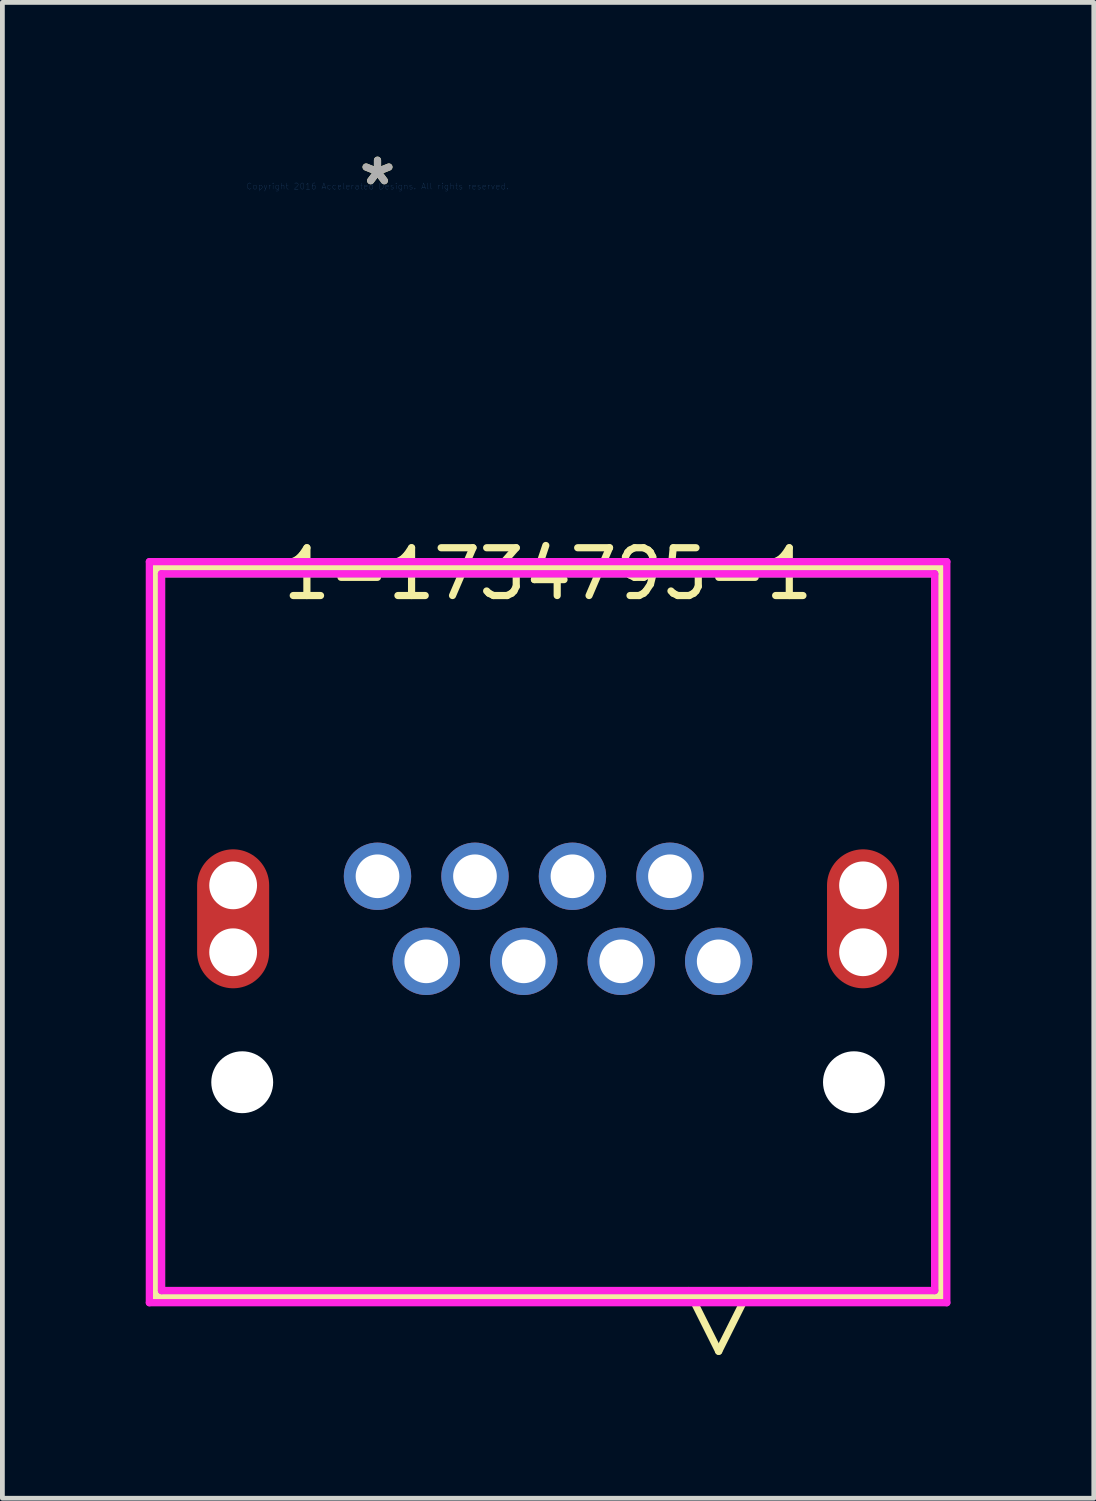
<source format=kicad_pcb>
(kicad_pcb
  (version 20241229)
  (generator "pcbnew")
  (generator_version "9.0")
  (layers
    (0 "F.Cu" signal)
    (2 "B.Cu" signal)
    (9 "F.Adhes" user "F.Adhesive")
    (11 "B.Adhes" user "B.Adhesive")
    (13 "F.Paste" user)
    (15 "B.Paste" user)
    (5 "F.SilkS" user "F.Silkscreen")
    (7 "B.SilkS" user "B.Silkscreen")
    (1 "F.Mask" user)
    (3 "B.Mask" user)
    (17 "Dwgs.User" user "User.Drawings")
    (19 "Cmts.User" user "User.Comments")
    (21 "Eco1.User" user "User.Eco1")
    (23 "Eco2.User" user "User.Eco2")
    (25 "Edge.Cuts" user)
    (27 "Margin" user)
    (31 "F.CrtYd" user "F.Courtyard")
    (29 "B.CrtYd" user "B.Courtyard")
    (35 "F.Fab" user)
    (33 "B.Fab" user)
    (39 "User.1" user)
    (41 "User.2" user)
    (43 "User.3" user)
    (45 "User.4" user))
  (footprint "1-1734795-1"
    (layer "F.Cu")
    (at 4.85 0.848)
    (property "Reference" "1-1734795-1" (at 3.57 8.11 0) (layer "F.SilkS") (effects (font (size 1 1) (thickness 0.15))))
    (attr through_hole)
    (fp_line (start -4.647 7.983) (end -4.647 23.237) (stroke (width 0.152) (type solid)) (layer "F.SilkS"))
    (fp_line (start -4.647 23.237) (end 11.787 23.237) (stroke (width 0.152) (type solid)) (layer "F.SilkS"))
    (fp_line (start 6.505 23.11) (end 7.14 24.38) (stroke (width 0.152) (type solid)) (layer "F.SilkS"))
    (fp_line (start 7.775 23.11) (end 7.14 24.38) (stroke (width 0.152) (type solid)) (layer "F.SilkS"))
    (fp_line (start 11.787 7.983) (end -4.647 7.983) (stroke (width 0.152) (type solid)) (layer "F.SilkS"))
    (fp_line (start 11.787 23.237) (end 11.787 7.983) (stroke (width 0.152) (type solid)) (layer "F.SilkS"))
    (fp_line (start -4.774 7.856) (end 11.914 7.856) (stroke (width 0.152) (type solid)) (layer "F.CrtYd"))
    (fp_line (start -4.774 23.364) (end -4.774 7.856) (stroke (width 0.152) (type solid)) (layer "F.CrtYd"))
    (fp_line (start -4.52 8.11) (end 11.66 8.11) (stroke (width 0.152) (type solid)) (layer "F.CrtYd"))
    (fp_line (start -4.52 23.11) (end -4.52 8.11) (stroke (width 0.152) (type solid)) (layer "F.CrtYd"))
    (fp_line (start 11.66 8.11) (end 11.66 23.11) (stroke (width 0.152) (type solid)) (layer "F.CrtYd"))
    (fp_line (start 11.66 23.11) (end -4.52 23.11) (stroke (width 0.152) (type solid)) (layer "F.CrtYd"))
    (fp_line (start 11.914 7.856) (end 11.914 23.364) (stroke (width 0.152) (type solid)) (layer "F.CrtYd"))
    (fp_line (start 11.914 23.364) (end -4.774 23.364) (stroke (width 0.152) (type solid)) (layer "F.CrtYd"))
    (fp_line (start -4.52 8.11) (end -4.52 23.11) (stroke (width 0.152) (type solid)) (layer "F.Fab"))
    (fp_line (start -4.52 23.11) (end 11.66 23.11) (stroke (width 0.152) (type solid)) (layer "F.Fab"))
    (fp_line (start 11.66 8.11) (end -4.52 8.11) (stroke (width 0.152) (type solid)) (layer "F.Fab"))
    (fp_line (start 11.66 23.11) (end 11.66 8.11) (stroke (width 0.152) (type solid)) (layer "F.Fab"))
    (fp_text user "*" (at 0 0 0) (layer "F.SilkS") (effects (font (size 1 1) (thickness 0.15))))
    (fp_text user "Copyright 2016 Accelerated Designs. All rights reserved." (at 0 0 0) (layer "Cmts.User") (effects (font (size 0.127 0.127) (thickness 0.002))))
    (fp_text user "*" (at 0 0 0) (layer "F.Fab") (effects (font (size 1 1) (thickness 0.15))))
    (pad "" np_thru_hole circle (at -3.021 14.63) (size 1 1) (drill 1) (layers "*.Cu" "*.Mask"))
    (pad "" np_thru_hole circle (at -3.021 16.03) (size 1 1) (drill 1) (layers "*.Cu" "*.Mask"))
    (pad "" np_thru_hole circle (at -2.831 18.75 90) (size 1.295 1.295) (drill 1.295) (layers "*.Cu" "*.Mask"))
    (pad "" np_thru_hole circle (at 9.971 18.75 90) (size 1.295 1.295) (drill 1.295) (layers "*.Cu" "*.Mask"))
    (pad "" np_thru_hole circle (at 10.161 14.63) (size 1 1) (drill 1) (layers "*.Cu" "*.Mask"))
    (pad "" np_thru_hole circle (at 10.161 16.03) (size 1 1) (drill 1) (layers "*.Cu" "*.Mask"))
    (pad "1" thru_hole circle (at 7.14 16.22) (size 1.41 1.41) (drill 0.914) (layers "*.Cu" "*.Mask"))
    (pad "2" thru_hole circle (at 6.12 14.44) (size 1.41 1.41) (drill 0.914) (layers "*.Cu" "*.Mask"))
    (pad "3" thru_hole circle (at 5.1 16.22) (size 1.41 1.41) (drill 0.914) (layers "*.Cu" "*.Mask"))
    (pad "4" thru_hole circle (at 4.08 14.44) (size 1.41 1.41) (drill 0.914) (layers "*.Cu" "*.Mask"))
    (pad "5" thru_hole circle (at 3.06 16.22) (size 1.41 1.41) (drill 0.914) (layers "*.Cu" "*.Mask"))
    (pad "6" thru_hole circle (at 2.04 14.44) (size 1.41 1.41) (drill 0.914) (layers "*.Cu" "*.Mask"))
    (pad "7" thru_hole circle (at 1.02 16.22) (size 1.41 1.41) (drill 0.914) (layers "*.Cu" "*.Mask"))
    (pad "8" thru_hole circle (at -0.000001 14.44) (size 1.41 1.41) (drill 0.914) (layers "*.Cu" "*.Mask"))
    (pad "9" smd oval (at -3.021 15.33 90) (size 2.908 1.508) (layers "F.Cu" "F.Mask" "F.Paste"))
    (pad "10" smd oval (at 10.161 15.33 90) (size 2.908 1.508) (layers "F.Cu" "F.Mask" "F.Paste")))
  (gr_rect
    (start -3 -3)
    (end 19.84 28.304)
    (stroke (width 0.1) (type default))
    (fill no)
    (layer "Edge.Cuts")))
</source>
